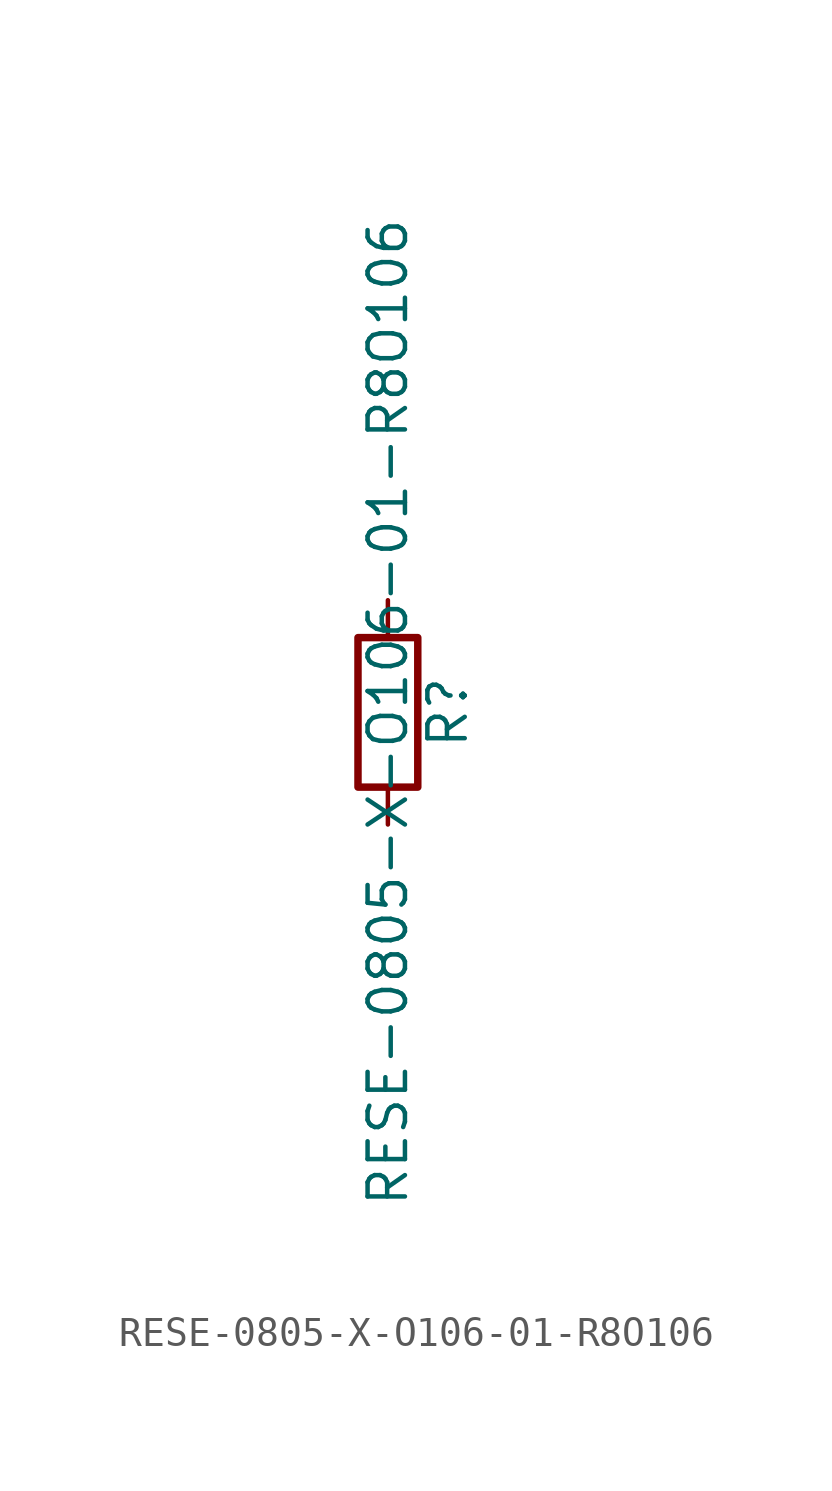
<source format=kicad_sym>
(kicad_symbol_lib
  (version 20211014)
  (generator kicad_symbol_editor)
  (symbol "RESE-0805-X-O106-01-R8O106"
    (pin_numbers hide)
    (pin_names
      (offset 0))
    (property "Reference" "R"
      (at 2.032 0 90)
      (effects (font (size 1.27 1.27))))
    (property "Value" "RESE-0805-X-O106-01-R8O106"
      (at 0 0 90)
      (effects (font (size 1.27 1.27))))
    (symbol "RESE-0805-X-O106-01-R8O106_0_1"
      (rectangle (start -1.016 -2.54) (end 1.016 2.54) (stroke (width 0.254) (type default) (color 0 0 0 0)) (fill (type none))))
    (symbol "RESE-0805-X-O106-01-R8O106_1_1"
      (pin passive line (at 0 3.81 270) (length 1.27) (name "~" (effects (font (size 1.27 1.27)))) (number "1" (effects (font (size 1.27 1.27)))))
      (pin passive line (at 0 -3.81 90) (length 1.27) (name "~" (effects (font (size 1.27 1.27)))) (number "2" (effects (font (size 1.27 1.27))))))))
</source>
